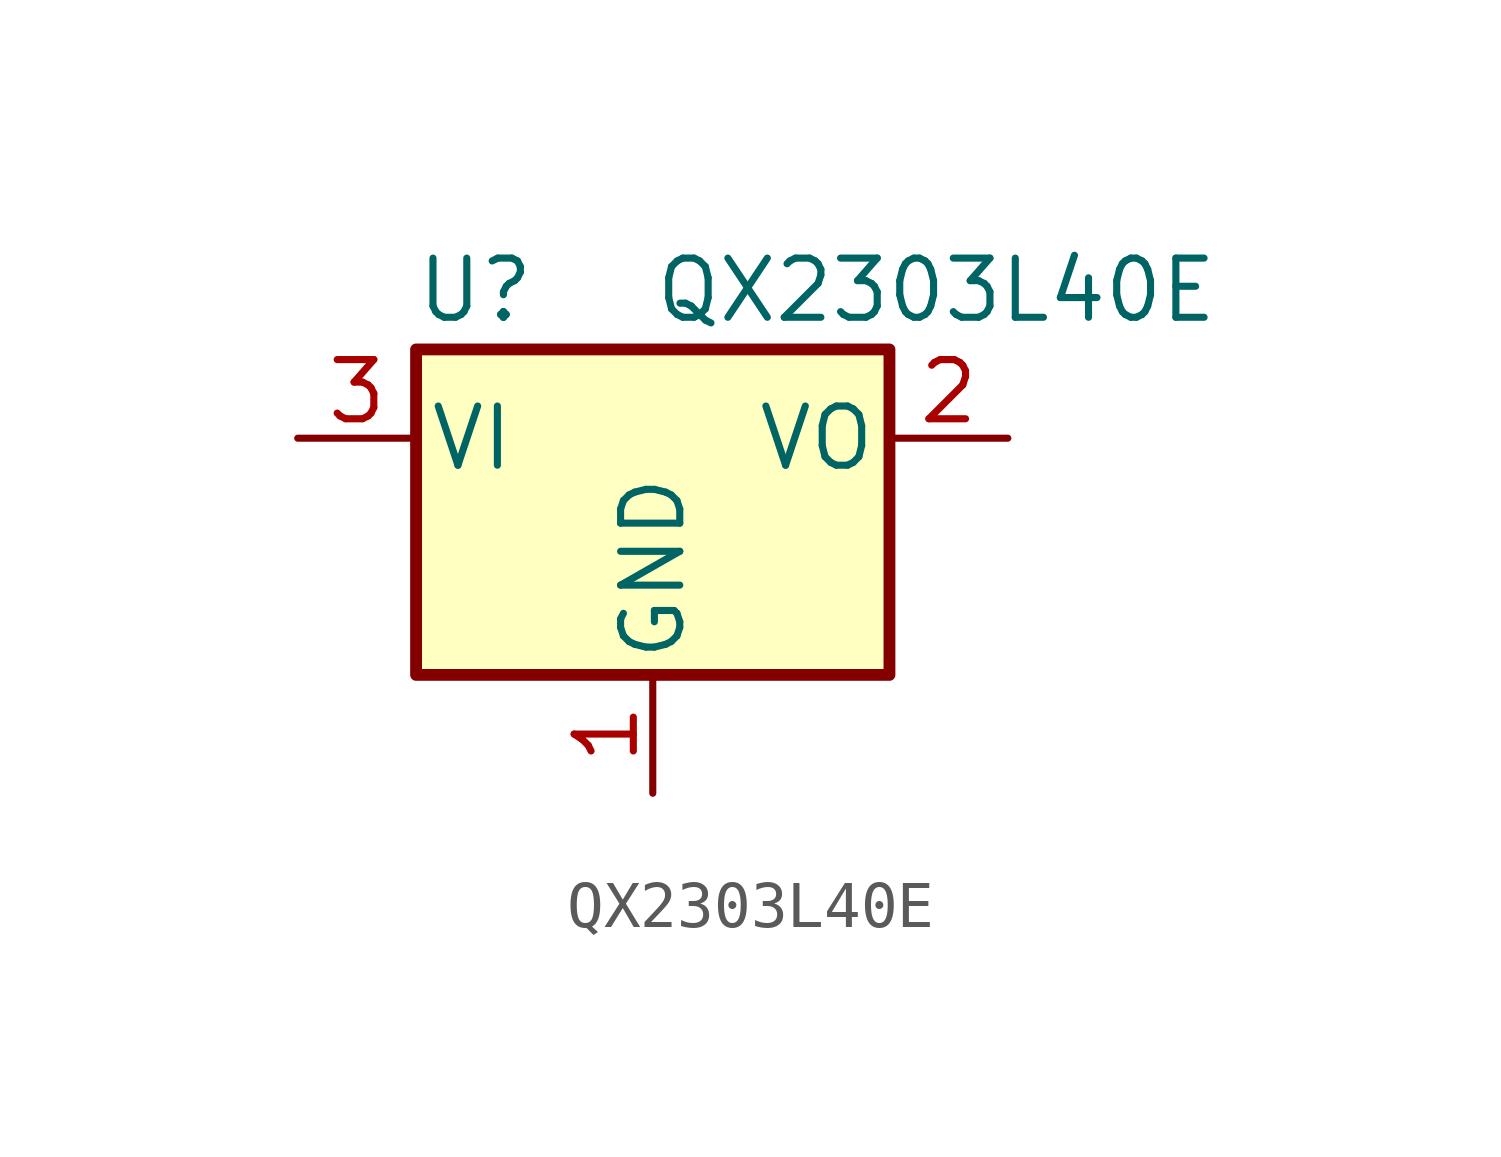
<source format=kicad_sym>
(kicad_symbol_lib
  (version 20241209)
  (generator "kicad_symbol_editor")
  (generator_version "9.0")
  (symbol "QX2303L40E"
    (pin_names
      (offset 0.254))
    (property "Reference" "U"
      (at -3.81 3.175 0)
      (effects (font (size 1.27 1.27))))
    (property "Value" "QX2303L40E"
      (at 0 3.175 0)
      (effects (font (size 1.27 1.27)) (justify left)))
    (symbol "QX2303L40E_0_1"
      (rectangle (start -5.08 1.905) (end 5.08 -5.08) (stroke (width 0.254) (type default)) (fill (type background))))
    (symbol "QX2303L40E_1_1"
      (pin power_in line (at -7.62 0 0) (length 2.54) (name "VI" (effects (font (size 1.27 1.27)))) (number "3" (effects (font (size 1.27 1.27)))))
      (pin input line (at 0 -7.62 90) (length 2.54) (name "GND" (effects (font (size 1.27 1.27)))) (number "1" (effects (font (size 1.27 1.27)))))
      (pin power_out line (at 7.62 0 180) (length 2.54) (name "VO" (effects (font (size 1.27 1.27)))) (number "2" (effects (font (size 1.27 1.27))))))))
</source>
